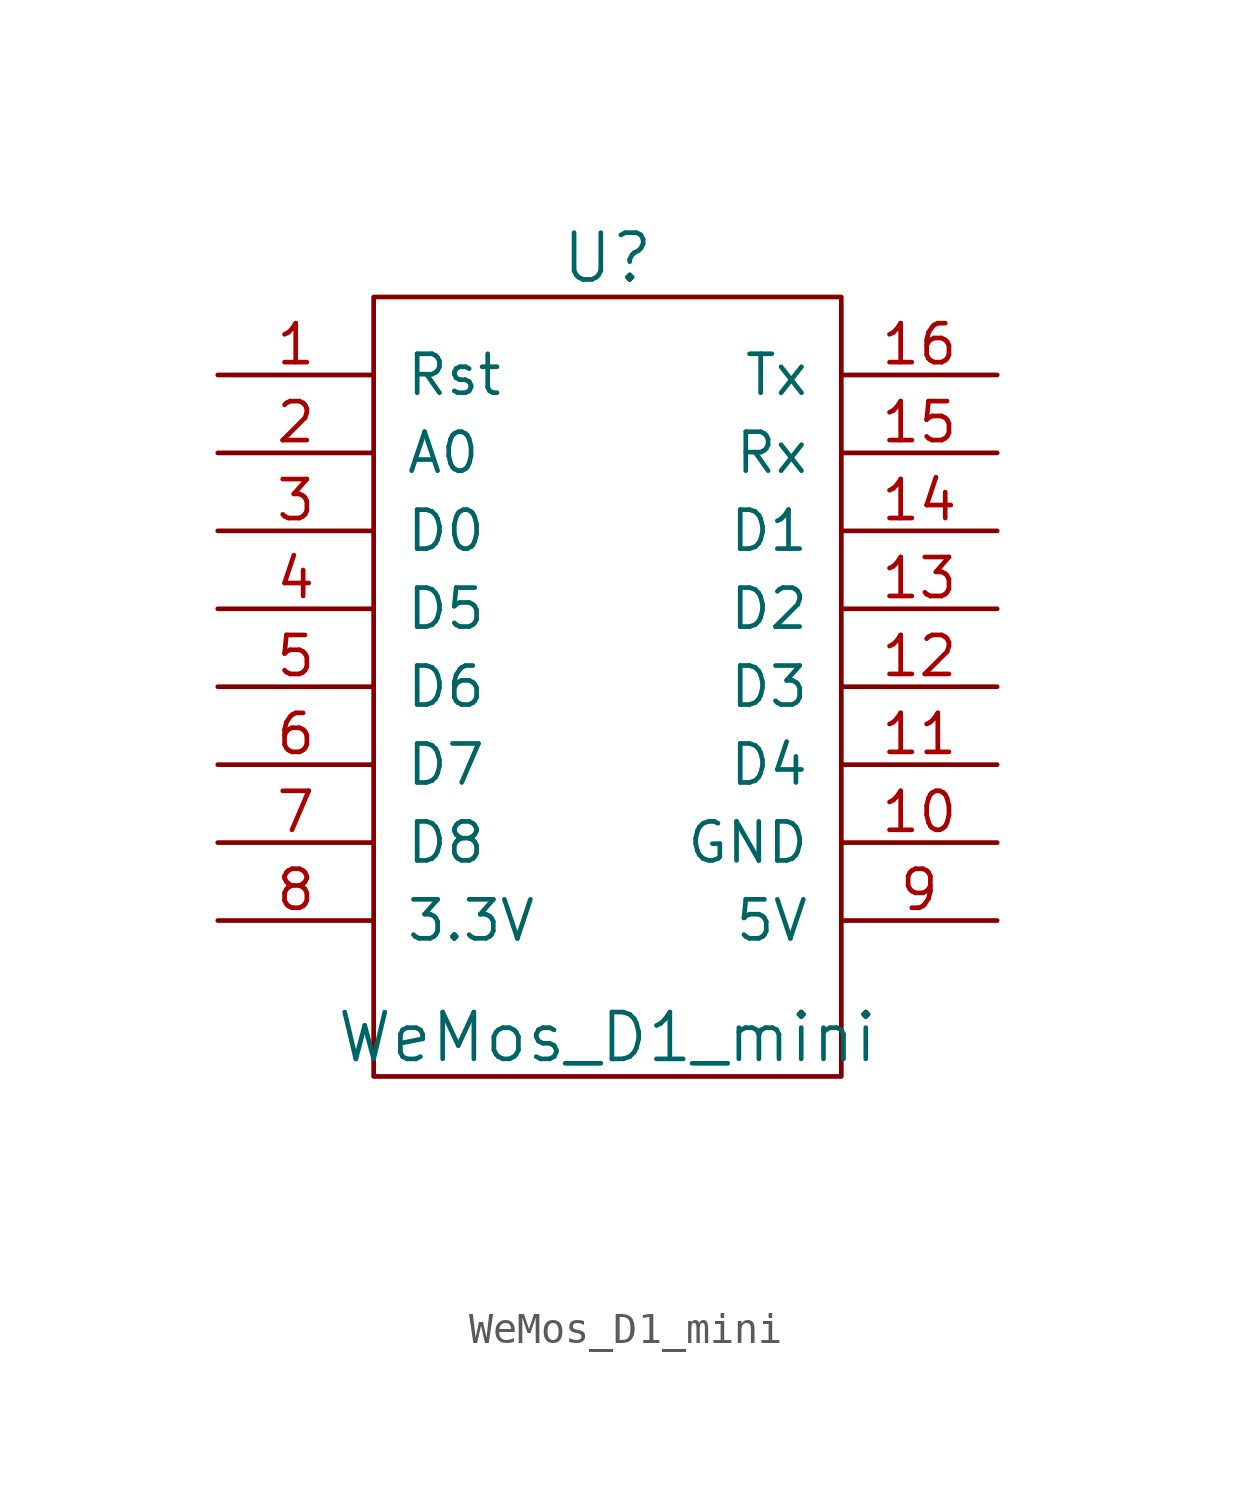
<source format=kicad_sym>
(kicad_symbol_lib
  (version 20211014)
  (generator kicad_symbol_editor)
  (symbol "WeMos_D1_mini"
    (pin_names
      (offset 1.016))
    (property "Reference" "U"
      (at 0 12.7 0)
      (effects (font (size 1.524 1.524))))
    (property "Value" "WeMos_D1_mini"
      (at 0 -12.7 0)
      (effects (font (size 1.524 1.524))))
    (property "Footprint" ""
      (at 13.97 -17.78 0)
      (effects (font (size 1.524 1.524))))
    (property "Datasheet" ""
      (at 13.97 -17.78 0)
      (effects (font (size 1.524 1.524))))
    (symbol "WeMos_D1_mini_0_1"
      (rectangle (start -7.62 11.43) (end 7.62 -13.97) (stroke (width 0) (type default) (color 0 0 0 0)) (fill (type none))))
    (symbol "WeMos_D1_mini_1_1"
      (pin bidirectional line (at -12.7 8.89 0) (length 5.08) (name "Rst" (effects (font (size 1.27 1.27)))) (number "1" (effects (font (size 1.27 1.27)))))
      (pin power_in line (at 12.7 -6.35 180) (length 5.08) (name "GND" (effects (font (size 1.27 1.27)))) (number "10" (effects (font (size 1.27 1.27)))))
      (pin bidirectional line (at 12.7 -3.81 180) (length 5.08) (name "D4" (effects (font (size 1.27 1.27)))) (number "11" (effects (font (size 1.27 1.27)))))
      (pin bidirectional line (at 12.7 -1.27 180) (length 5.08) (name "D3" (effects (font (size 1.27 1.27)))) (number "12" (effects (font (size 1.27 1.27)))))
      (pin bidirectional line (at 12.7 1.27 180) (length 5.08) (name "D2" (effects (font (size 1.27 1.27)))) (number "13" (effects (font (size 1.27 1.27)))))
      (pin bidirectional line (at 12.7 3.81 180) (length 5.08) (name "D1" (effects (font (size 1.27 1.27)))) (number "14" (effects (font (size 1.27 1.27)))))
      (pin bidirectional line (at 12.7 6.35 180) (length 5.08) (name "Rx" (effects (font (size 1.27 1.27)))) (number "15" (effects (font (size 1.27 1.27)))))
      (pin bidirectional line (at 12.7 8.89 180) (length 5.08) (name "Tx" (effects (font (size 1.27 1.27)))) (number "16" (effects (font (size 1.27 1.27)))))
      (pin bidirectional line (at -12.7 6.35 0) (length 5.08) (name "A0" (effects (font (size 1.27 1.27)))) (number "2" (effects (font (size 1.27 1.27)))))
      (pin bidirectional line (at -12.7 3.81 0) (length 5.08) (name "D0" (effects (font (size 1.27 1.27)))) (number "3" (effects (font (size 1.27 1.27)))))
      (pin bidirectional line (at -12.7 1.27 0) (length 5.08) (name "D5" (effects (font (size 1.27 1.27)))) (number "4" (effects (font (size 1.27 1.27)))))
      (pin bidirectional line (at -12.7 -1.27 0) (length 5.08) (name "D6" (effects (font (size 1.27 1.27)))) (number "5" (effects (font (size 1.27 1.27)))))
      (pin bidirectional line (at -12.7 -3.81 0) (length 5.08) (name "D7" (effects (font (size 1.27 1.27)))) (number "6" (effects (font (size 1.27 1.27)))))
      (pin bidirectional line (at -12.7 -6.35 0) (length 5.08) (name "D8" (effects (font (size 1.27 1.27)))) (number "7" (effects (font (size 1.27 1.27)))))
      (pin power_out line (at -12.7 -8.89 0) (length 5.08) (name "3.3V" (effects (font (size 1.27 1.27)))) (number "8" (effects (font (size 1.27 1.27)))))
      (pin power_in line (at 12.7 -8.89 180) (length 5.08) (name "5V" (effects (font (size 1.27 1.27)))) (number "9" (effects (font (size 1.27 1.27))))))))
</source>
